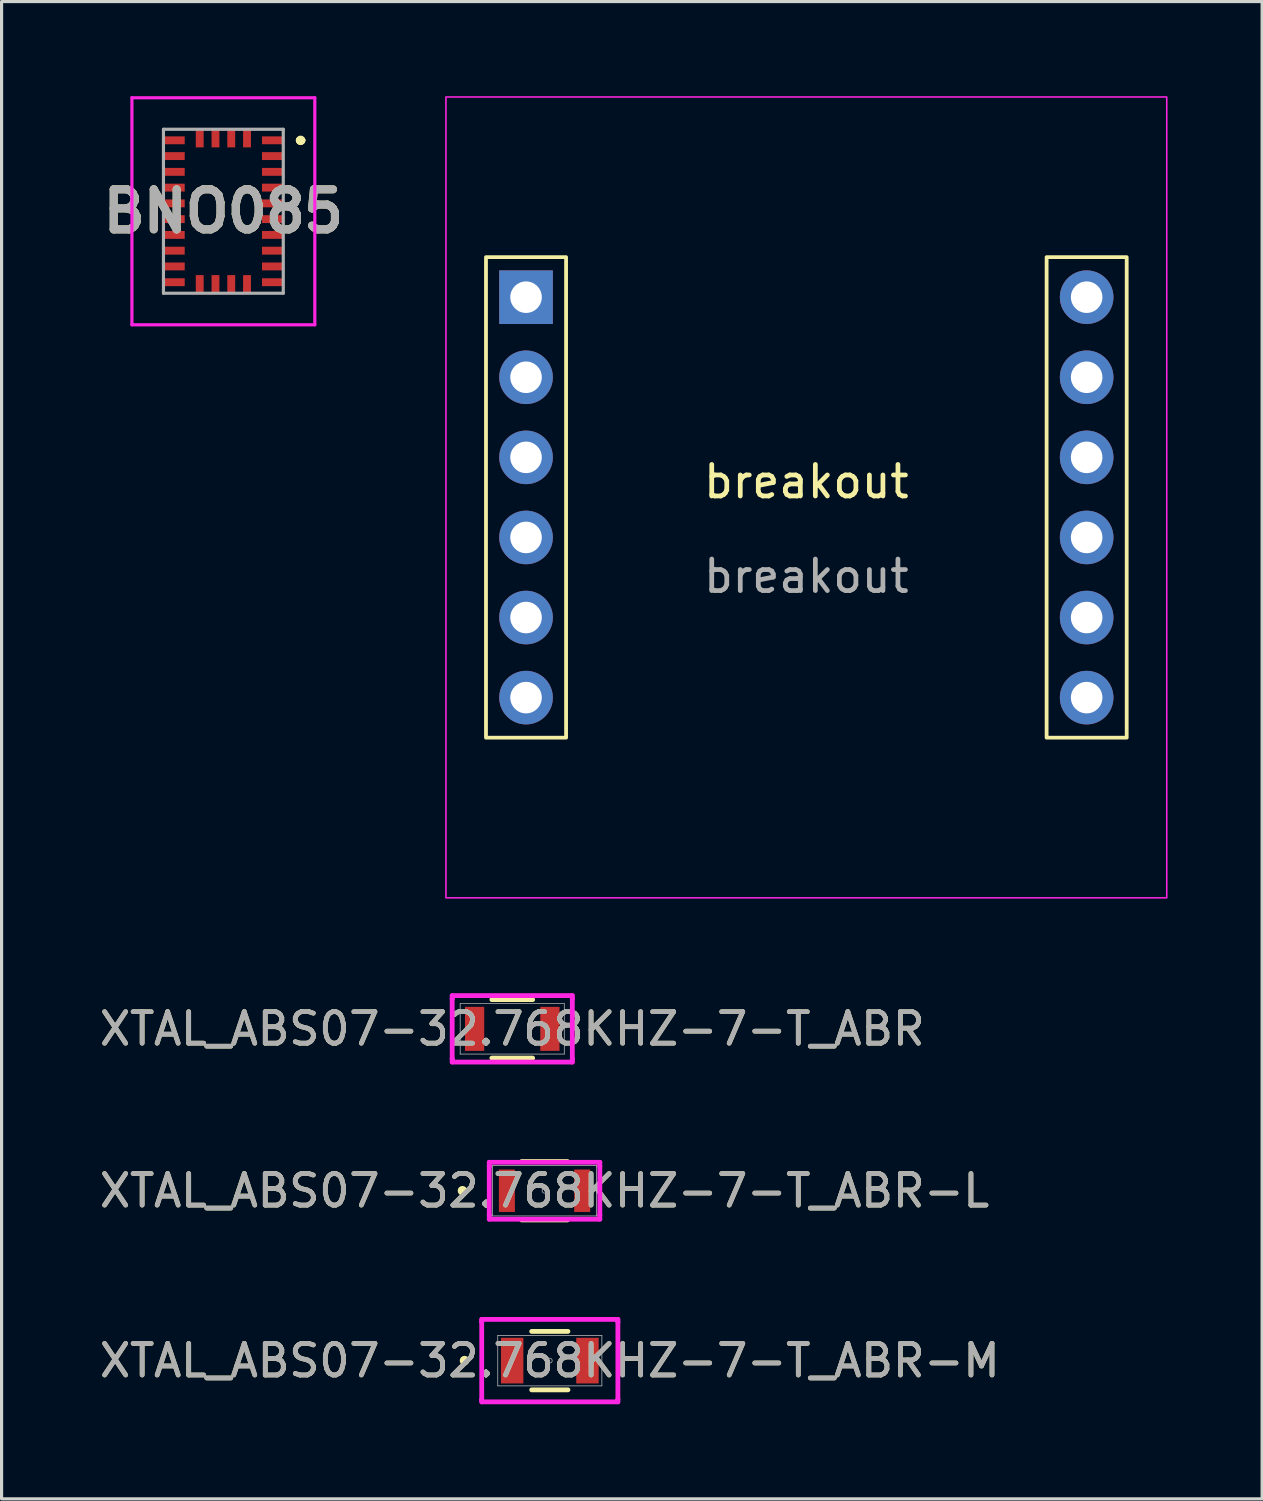
<source format=kicad_pcb>
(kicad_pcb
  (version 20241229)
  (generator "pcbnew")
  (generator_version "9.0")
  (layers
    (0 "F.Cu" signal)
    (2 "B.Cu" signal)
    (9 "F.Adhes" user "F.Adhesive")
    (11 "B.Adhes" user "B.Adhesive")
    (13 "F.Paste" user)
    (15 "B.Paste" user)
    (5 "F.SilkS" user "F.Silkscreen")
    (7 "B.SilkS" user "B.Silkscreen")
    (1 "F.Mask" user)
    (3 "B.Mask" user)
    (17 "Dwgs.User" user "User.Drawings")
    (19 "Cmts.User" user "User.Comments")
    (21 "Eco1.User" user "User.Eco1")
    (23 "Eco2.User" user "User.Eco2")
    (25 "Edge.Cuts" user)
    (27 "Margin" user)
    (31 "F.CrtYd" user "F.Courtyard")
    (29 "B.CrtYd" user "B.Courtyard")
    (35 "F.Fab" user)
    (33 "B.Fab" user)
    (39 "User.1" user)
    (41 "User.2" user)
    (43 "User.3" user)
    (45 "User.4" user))
  (footprint "XTAL_ABS07-32.768KHZ-7-T_ABR"
    (layer "F.Cu")
    (at 13.196 29.58)
    (property "Reference" "XTAL_ABS07-32.768KHZ-7-T_ABR" (at 0 0 0) (unlocked yes) (layer "F.SilkS") (effects (font (size 1 1) (thickness 0.15))))
    (attr smd)
    (fp_line (start -0.647 0.927) (end 0.647 0.927) (stroke (width 0.152) (type solid)) (layer "F.SilkS"))
    (fp_line (start 0.647 -0.927) (end -0.647 -0.927) (stroke (width 0.152) (type solid)) (layer "F.SilkS"))
    (fp_line (start -1.905 -1.054) (end 1.905 -1.054) (stroke (width 0.152) (type solid)) (layer "F.CrtYd"))
    (fp_line (start -1.905 -0.953) (end -1.905 -1.054) (stroke (width 0.152) (type solid)) (layer "F.CrtYd"))
    (fp_line (start -1.905 -0.953) (end -1.905 -0.953) (stroke (width 0.152) (type solid)) (layer "F.CrtYd"))
    (fp_line (start -1.905 0.953) (end -1.905 -0.953) (stroke (width 0.152) (type solid)) (layer "F.CrtYd"))
    (fp_line (start -1.905 0.953) (end -1.905 0.953) (stroke (width 0.152) (type solid)) (layer "F.CrtYd"))
    (fp_line (start -1.905 1.054) (end -1.905 0.953) (stroke (width 0.152) (type solid)) (layer "F.CrtYd"))
    (fp_line (start 1.905 -1.054) (end 1.905 -0.953) (stroke (width 0.152) (type solid)) (layer "F.CrtYd"))
    (fp_line (start 1.905 -0.953) (end 1.905 -0.953) (stroke (width 0.152) (type solid)) (layer "F.CrtYd"))
    (fp_line (start 1.905 -0.953) (end 1.905 0.953) (stroke (width 0.152) (type solid)) (layer "F.CrtYd"))
    (fp_line (start 1.905 0.953) (end 1.905 0.953) (stroke (width 0.152) (type solid)) (layer "F.CrtYd"))
    (fp_line (start 1.905 0.953) (end 1.905 1.054) (stroke (width 0.152) (type solid)) (layer "F.CrtYd"))
    (fp_line (start 1.905 1.054) (end -1.905 1.054) (stroke (width 0.152) (type solid)) (layer "F.CrtYd"))
    (fp_line (start -1.651 -0.8) (end -1.651 0.8) (stroke (width 0.025) (type solid)) (layer "F.Fab"))
    (fp_line (start -1.651 0.8) (end 1.651 0.8) (stroke (width 0.025) (type solid)) (layer "F.Fab"))
    (fp_line (start 1.651 -0.8) (end -1.651 -0.8) (stroke (width 0.025) (type solid)) (layer "F.Fab"))
    (fp_line (start 1.651 0.8) (end 1.651 -0.8) (stroke (width 0.025) (type solid)) (layer "F.Fab"))
    (fp_circle (center 0 0) (end 0 0) (stroke (width 0.025) (type solid)) (fill no) (layer "F.Fab"))
    (fp_text user "${REFERENCE}" (at 0 0 0) (unlocked yes) (layer "F.Fab") (effects (font (size 1 1) (thickness 0.15))))
    (pad "1" smd rect (at -1.194 0) (size 0.61 1.397) (layers "F.Cu" "F.Mask" "F.Paste"))
    (pad "2" smd rect (at 1.194 0) (size 0.61 1.397) (layers "F.Cu" "F.Mask" "F.Paste")))
  (footprint "BNO085"
    (layer "F.Cu")
    (at 4.034 3.65)
    (property "Reference" "BNO085" (at 0 0 0) (layer "F.SilkS") (effects (font (size 1.27 1.27) (thickness 0.254))))
    (attr smd)
    (fp_line (start 2.4 -2.25) (end 2.4 -2.25) (stroke (width 0.2) (type solid)) (layer "F.SilkS"))
    (fp_line (start 2.4 -2.25) (end 2.4 -2.25) (stroke (width 0.2) (type solid)) (layer "F.SilkS"))
    (fp_line (start 2.5 -2.25) (end 2.5 -2.25) (stroke (width 0.2) (type solid)) (layer "F.SilkS"))
    (fp_arc (start 2.4 -2.25) (mid 2.45 -2.3) (end 2.5 -2.25) (stroke (width 0.2) (type solid)) (layer "F.SilkS"))
    (fp_arc (start 2.5 -2.25) (mid 2.45 -2.2) (end 2.4 -2.25) (stroke (width 0.2) (type solid)) (layer "F.SilkS"))
    (fp_arc (start 2.5 -2.25) (mid 2.45 -2.2) (end 2.4 -2.25) (stroke (width 0.2) (type solid)) (layer "F.SilkS"))
    (fp_line (start -2.9 -3.6) (end 2.9 -3.6) (stroke (width 0.1) (type solid)) (layer "F.CrtYd"))
    (fp_line (start -2.9 3.601) (end -2.9 -3.6) (stroke (width 0.1) (type solid)) (layer "F.CrtYd"))
    (fp_line (start 2.9 -3.6) (end 2.9 3.601) (stroke (width 0.1) (type solid)) (layer "F.CrtYd"))
    (fp_line (start 2.9 3.601) (end -2.9 3.601) (stroke (width 0.1) (type solid)) (layer "F.CrtYd"))
    (fp_line (start -1.9 -2.6) (end -1.9 2.6) (stroke (width 0.1) (type solid)) (layer "F.Fab"))
    (fp_line (start -1.9 2.6) (end 1.9 2.6) (stroke (width 0.1) (type solid)) (layer "F.Fab"))
    (fp_line (start 1.9 -2.6) (end -1.9 -2.6) (stroke (width 0.1) (type solid)) (layer "F.Fab"))
    (fp_line (start 1.9 2.6) (end 1.9 -2.6) (stroke (width 0.1) (type solid)) (layer "F.Fab"))
    (fp_text user "${REFERENCE}" (at 0 0 0) (layer "F.Fab") (effects (font (size 1.27 1.27) (thickness 0.254))))
    (pad "1" smd rect (at 1.563 -2.25 90) (size 0.25 0.675) (layers "F.Cu" "F.Mask" "F.Paste"))
    (pad "2" smd rect (at 0.75 -2.313) (size 0.25 0.575) (layers "F.Cu" "F.Mask" "F.Paste"))
    (pad "3" smd rect (at 0.25 -2.313) (size 0.25 0.575) (layers "F.Cu" "F.Mask" "F.Paste"))
    (pad "4" smd rect (at -0.25 -2.313) (size 0.25 0.575) (layers "F.Cu" "F.Mask" "F.Paste"))
    (pad "5" smd rect (at -0.75 -2.313) (size 0.25 0.575) (layers "F.Cu" "F.Mask" "F.Paste"))
    (pad "6" smd rect (at -1.563 -2.25 90) (size 0.25 0.675) (layers "F.Cu" "F.Mask" "F.Paste"))
    (pad "7" smd rect (at -1.563 -1.75 90) (size 0.25 0.675) (layers "F.Cu" "F.Mask" "F.Paste"))
    (pad "8" smd rect (at -1.563 -1.25 90) (size 0.25 0.675) (layers "F.Cu" "F.Mask" "F.Paste"))
    (pad "9" smd rect (at -1.563 -0.75 90) (size 0.25 0.675) (layers "F.Cu" "F.Mask" "F.Paste"))
    (pad "10" smd rect (at -1.563 -0.25 90) (size 0.25 0.675) (layers "F.Cu" "F.Mask" "F.Paste"))
    (pad "11" smd rect (at -1.563 0.25 90) (size 0.25 0.675) (layers "F.Cu" "F.Mask" "F.Paste"))
    (pad "12" smd rect (at -1.563 0.75 90) (size 0.25 0.675) (layers "F.Cu" "F.Mask" "F.Paste"))
    (pad "13" smd rect (at -1.563 1.25 90) (size 0.25 0.675) (layers "F.Cu" "F.Mask" "F.Paste"))
    (pad "14" smd rect (at -1.563 1.75 90) (size 0.25 0.675) (layers "F.Cu" "F.Mask" "F.Paste"))
    (pad "15" smd rect (at -1.563 2.25 90) (size 0.25 0.675) (layers "F.Cu" "F.Mask" "F.Paste"))
    (pad "16" smd rect (at -0.75 2.313) (size 0.25 0.575) (layers "F.Cu" "F.Mask" "F.Paste"))
    (pad "17" smd rect (at -0.25 2.313) (size 0.25 0.575) (layers "F.Cu" "F.Mask" "F.Paste"))
    (pad "18" smd rect (at 0.25 2.313) (size 0.25 0.575) (layers "F.Cu" "F.Mask" "F.Paste"))
    (pad "19" smd rect (at 0.75 2.313) (size 0.25 0.575) (layers "F.Cu" "F.Mask" "F.Paste"))
    (pad "20" smd rect (at 1.563 2.25 90) (size 0.25 0.675) (layers "F.Cu" "F.Mask" "F.Paste"))
    (pad "21" smd rect (at 1.563 1.75 90) (size 0.25 0.675) (layers "F.Cu" "F.Mask" "F.Paste"))
    (pad "22" smd rect (at 1.563 1.25 90) (size 0.25 0.675) (layers "F.Cu" "F.Mask" "F.Paste"))
    (pad "23" smd rect (at 1.563 0.75 90) (size 0.25 0.675) (layers "F.Cu" "F.Mask" "F.Paste"))
    (pad "24" smd rect (at 1.563 0.25 90) (size 0.25 0.675) (layers "F.Cu" "F.Mask" "F.Paste"))
    (pad "25" smd rect (at 1.563 -0.25 90) (size 0.25 0.675) (layers "F.Cu" "F.Mask" "F.Paste"))
    (pad "26" smd rect (at 1.563 -0.75 90) (size 0.25 0.675) (layers "F.Cu" "F.Mask" "F.Paste"))
    (pad "27" smd rect (at 1.563 -1.25 90) (size 0.25 0.675) (layers "F.Cu" "F.Mask" "F.Paste"))
    (pad "28" smd rect (at 1.563 -1.75 90) (size 0.25 0.675) (layers "F.Cu" "F.Mask" "F.Paste")))
  (footprint "XTAL_ABS07-32.768KHZ-7-T_ABR-L"
    (layer "F.Cu")
    (at 14.22 34.714)
    (property "Reference" "XTAL_ABS07-32.768KHZ-7-T_ABR-L" (at 0 0 0) (unlocked yes) (layer "F.SilkS") (effects (font (size 1 1) (thickness 0.15))))
    (attr smd)
    (fp_line (start -0.725 0.927) (end 0.725 0.927) (stroke (width 0.152) (type solid)) (layer "F.SilkS"))
    (fp_line (start 0.725 -0.927) (end -0.725 -0.927) (stroke (width 0.152) (type solid)) (layer "F.SilkS"))
    (fp_circle (center -2.603 0) (end -2.527 0) (stroke (width 0.152) (type solid)) (fill no) (layer "F.SilkS"))
    (fp_line (start -1.753 -0.902) (end 1.753 -0.902) (stroke (width 0.152) (type solid)) (layer "F.CrtYd"))
    (fp_line (start -1.753 -0.775) (end -1.753 -0.902) (stroke (width 0.152) (type solid)) (layer "F.CrtYd"))
    (fp_line (start -1.753 -0.775) (end -1.753 -0.775) (stroke (width 0.152) (type solid)) (layer "F.CrtYd"))
    (fp_line (start -1.753 0.775) (end -1.753 -0.775) (stroke (width 0.152) (type solid)) (layer "F.CrtYd"))
    (fp_line (start -1.753 0.775) (end -1.753 0.775) (stroke (width 0.152) (type solid)) (layer "F.CrtYd"))
    (fp_line (start -1.753 0.902) (end -1.753 0.775) (stroke (width 0.152) (type solid)) (layer "F.CrtYd"))
    (fp_line (start 1.753 -0.902) (end 1.753 -0.775) (stroke (width 0.152) (type solid)) (layer "F.CrtYd"))
    (fp_line (start 1.753 -0.775) (end 1.753 -0.775) (stroke (width 0.152) (type solid)) (layer "F.CrtYd"))
    (fp_line (start 1.753 -0.775) (end 1.753 0.775) (stroke (width 0.152) (type solid)) (layer "F.CrtYd"))
    (fp_line (start 1.753 0.775) (end 1.753 0.775) (stroke (width 0.152) (type solid)) (layer "F.CrtYd"))
    (fp_line (start 1.753 0.775) (end 1.753 0.902) (stroke (width 0.152) (type solid)) (layer "F.CrtYd"))
    (fp_line (start 1.753 0.902) (end -1.753 0.902) (stroke (width 0.152) (type solid)) (layer "F.CrtYd"))
    (fp_line (start -1.651 -0.8) (end -1.651 0.8) (stroke (width 0.025) (type solid)) (layer "F.Fab"))
    (fp_line (start -1.651 0.8) (end 1.651 0.8) (stroke (width 0.025) (type solid)) (layer "F.Fab"))
    (fp_line (start 1.651 -0.8) (end -1.651 -0.8) (stroke (width 0.025) (type solid)) (layer "F.Fab"))
    (fp_line (start 1.651 0.8) (end 1.651 -0.8) (stroke (width 0.025) (type solid)) (layer "F.Fab"))
    (fp_circle (center 0 0) (end 0.076 0) (stroke (width 0.025) (type solid)) (fill no) (layer "F.Fab"))
    (fp_text user "${REFERENCE}" (at 0 0 0) (unlocked yes) (layer "F.Fab") (effects (font (size 1 1) (thickness 0.15))))
    (pad "1" smd rect (at -1.194 0) (size 0.508 1.346) (layers "F.Cu" "F.Mask" "F.Paste"))
    (pad "2" smd rect (at 1.194 0) (size 0.508 1.346) (layers "F.Cu" "F.Mask" "F.Paste")))
  (footprint "XTAL_ABS07-32.768KHZ-7-T_ABR-M"
    (layer "F.Cu")
    (at 14.387 40.102)
    (property "Reference" "XTAL_ABS07-32.768KHZ-7-T_ABR-M" (at 0 0 0) (unlocked yes) (layer "F.SilkS") (effects (font (size 1 1) (thickness 0.15))))
    (attr smd)
    (fp_line (start -0.575 0.927) (end 0.575 0.927) (stroke (width 0.152) (type solid)) (layer "F.SilkS"))
    (fp_line (start 0.575 -0.927) (end -0.575 -0.927) (stroke (width 0.152) (type solid)) (layer "F.SilkS"))
    (fp_circle (center -2.705 0) (end -2.629 0) (stroke (width 0.152) (type solid)) (fill no) (layer "F.SilkS"))
    (fp_line (start -2.159 -1.308) (end 2.159 -1.308) (stroke (width 0.152) (type solid)) (layer "F.CrtYd"))
    (fp_line (start -2.159 -1.232) (end -2.159 -1.308) (stroke (width 0.152) (type solid)) (layer "F.CrtYd"))
    (fp_line (start -2.159 -1.232) (end -2.159 -1.232) (stroke (width 0.152) (type solid)) (layer "F.CrtYd"))
    (fp_line (start -2.159 1.232) (end -2.159 -1.232) (stroke (width 0.152) (type solid)) (layer "F.CrtYd"))
    (fp_line (start -2.159 1.232) (end -2.159 1.232) (stroke (width 0.152) (type solid)) (layer "F.CrtYd"))
    (fp_line (start -2.159 1.308) (end -2.159 1.232) (stroke (width 0.152) (type solid)) (layer "F.CrtYd"))
    (fp_line (start 2.159 -1.308) (end 2.159 -1.232) (stroke (width 0.152) (type solid)) (layer "F.CrtYd"))
    (fp_line (start 2.159 -1.232) (end 2.159 -1.232) (stroke (width 0.152) (type solid)) (layer "F.CrtYd"))
    (fp_line (start 2.159 -1.232) (end 2.159 1.232) (stroke (width 0.152) (type solid)) (layer "F.CrtYd"))
    (fp_line (start 2.159 1.232) (end 2.159 1.232) (stroke (width 0.152) (type solid)) (layer "F.CrtYd"))
    (fp_line (start 2.159 1.232) (end 2.159 1.308) (stroke (width 0.152) (type solid)) (layer "F.CrtYd"))
    (fp_line (start 2.159 1.308) (end -2.159 1.308) (stroke (width 0.152) (type solid)) (layer "F.CrtYd"))
    (fp_line (start -1.651 -0.8) (end -1.651 0.8) (stroke (width 0.025) (type solid)) (layer "F.Fab"))
    (fp_line (start -1.651 0.8) (end 1.651 0.8) (stroke (width 0.025) (type solid)) (layer "F.Fab"))
    (fp_line (start 1.651 -0.8) (end -1.651 -0.8) (stroke (width 0.025) (type solid)) (layer "F.Fab"))
    (fp_line (start 1.651 0.8) (end 1.651 -0.8) (stroke (width 0.025) (type solid)) (layer "F.Fab"))
    (fp_circle (center 0 0) (end 0.076 0) (stroke (width 0.025) (type solid)) (fill no) (layer "F.Fab"))
    (fp_text user "${REFERENCE}" (at 0 0 0) (unlocked yes) (layer "F.Fab") (effects (font (size 1 1) (thickness 0.15))))
    (pad "1" smd rect (at -1.194 0) (size 0.711 1.448) (layers "F.Cu" "F.Mask" "F.Paste"))
    (pad "2" smd rect (at 1.194 0) (size 0.711 1.448) (layers "F.Cu" "F.Mask" "F.Paste")))
  (footprint "breakout"
    (layer "F.Cu")
    (at 22.523 12.725)
    (property "Reference" "breakout" (at 0 -0.5 0) (unlocked yes) (layer "F.SilkS") (effects (font (size 1 1) (thickness 0.15))))
    (attr smd)
    (fp_rect (start -10.16 -7.62) (end -7.62 7.62) (stroke (width 0.12) (type default)) (fill no) (layer "F.SilkS"))
    (fp_rect (start 10.16 7.62) (end 7.62 -7.62) (stroke (width 0.12) (type default)) (fill no) (layer "F.SilkS"))
    (fp_rect (start -11.43 -12.7) (end 11.43 12.7) (stroke (width 0.05) (type default)) (fill no) (layer "F.CrtYd"))
    (fp_text user "${REFERENCE}" (at 0 2.5 0) (unlocked yes) (layer "F.Fab") (effects (font (size 1 1) (thickness 0.15))))
    (pad "1" thru_hole rect (at -8.89 -6.35) (size 1.7 1.7) (drill 1) (layers "*.Cu" "*.Mask"))
    (pad "2" thru_hole oval (at -8.89 -3.81) (size 1.7 1.7) (drill 1) (layers "*.Cu" "*.Mask"))
    (pad "3" thru_hole oval (at -8.89 -1.27) (size 1.7 1.7) (drill 1) (layers "*.Cu" "*.Mask"))
    (pad "4" thru_hole oval (at -8.89 1.27) (size 1.7 1.7) (drill 1) (layers "*.Cu" "*.Mask"))
    (pad "5" thru_hole oval (at -8.89 3.81) (size 1.7 1.7) (drill 1) (layers "*.Cu" "*.Mask"))
    (pad "6" thru_hole oval (at -8.89 6.35) (size 1.7 1.7) (drill 1) (layers "*.Cu" "*.Mask"))
    (pad "7" thru_hole oval (at 8.89 6.35 180) (size 1.7 1.7) (drill 1) (layers "*.Cu" "*.Mask"))
    (pad "8" thru_hole oval (at 8.89 3.81 180) (size 1.7 1.7) (drill 1) (layers "*.Cu" "*.Mask"))
    (pad "9" thru_hole oval (at 8.89 1.27 180) (size 1.7 1.7) (drill 1) (layers "*.Cu" "*.Mask"))
    (pad "10" thru_hole oval (at 8.89 -1.27 180) (size 1.7 1.7) (drill 1) (layers "*.Cu" "*.Mask"))
    (pad "11" thru_hole oval (at 8.89 -3.81 180) (size 1.7 1.7) (drill 1) (layers "*.Cu" "*.Mask"))
    (pad "12" thru_hole oval (at 8.89 -6.35 180) (size 1.7 1.7) (drill 1) (layers "*.Cu" "*.Mask")))
  (gr_rect
    (start -3 -3)
    (end 36.978 44.486)
    (stroke (width 0.1) (type default))
    (fill no)
    (layer "Edge.Cuts")))
</source>
